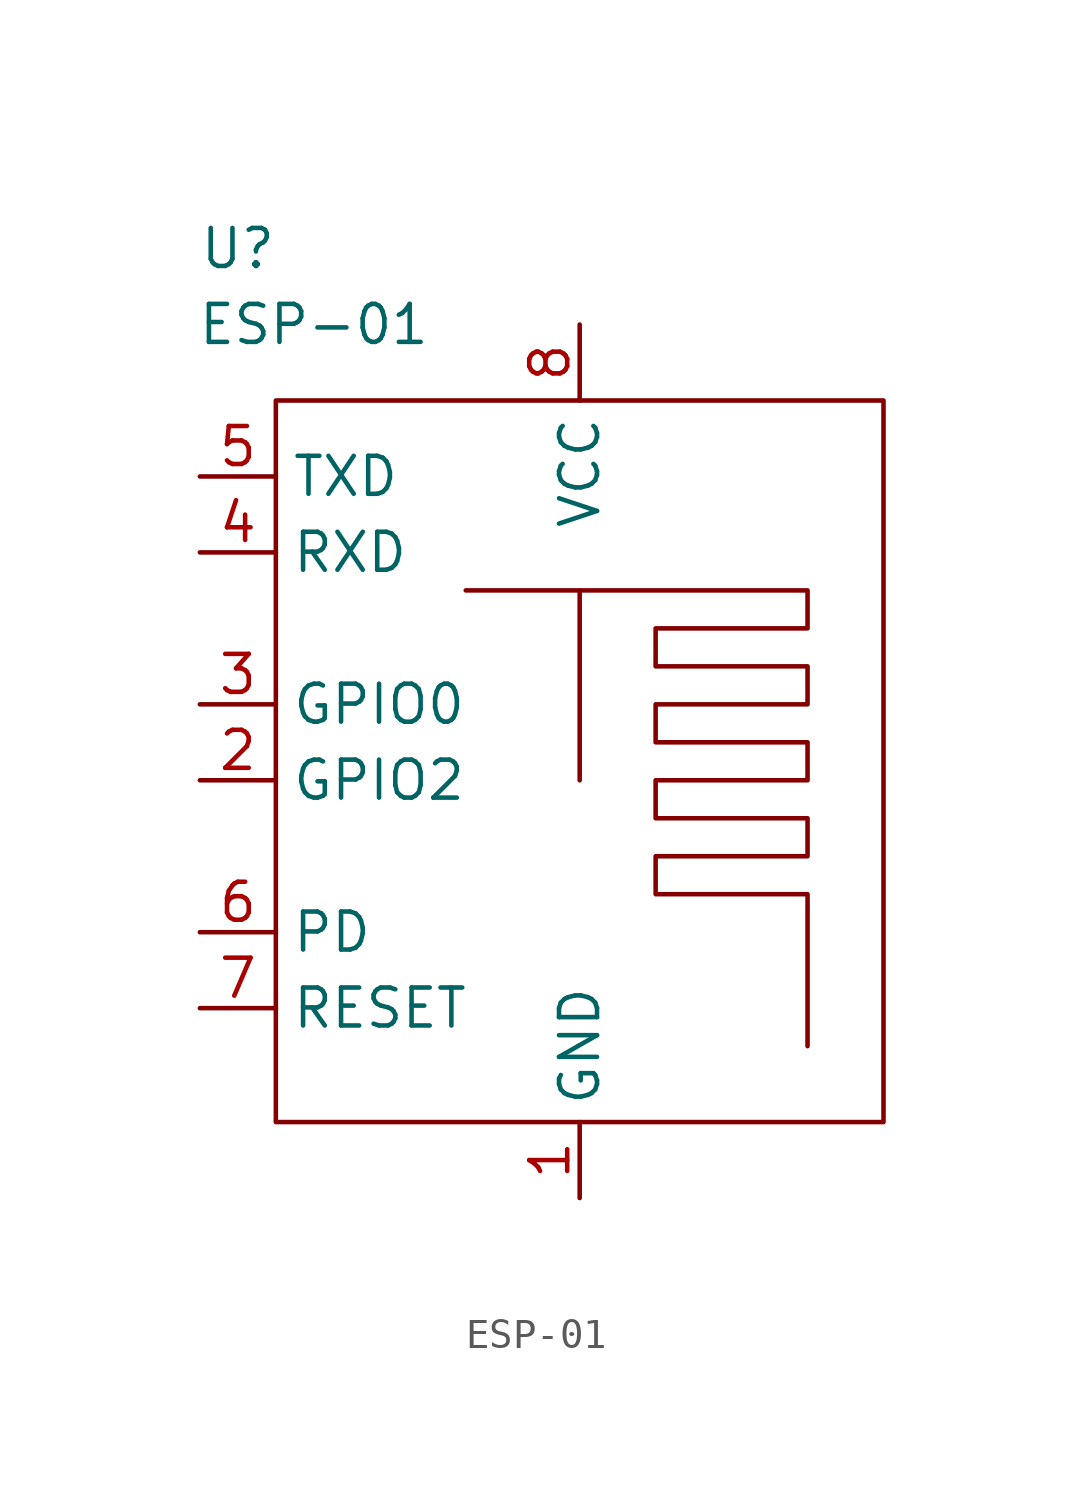
<source format=kicad_sym>
(kicad_symbol_lib
  (version 20211014)
  (generator kicad_symbol_editor)
  (symbol "ESP-01"
    (property "Reference" "U"
      (at 1.27 7.62 0)
      (effects (font (size 1.27 1.27))))
    (property "Value" "ESP-01"
      (at 3.81 5.08 0)
      (effects (font (size 1.27 1.27))))
    (symbol "ESP-01_0_1"
      (polyline (pts (xy 12.7 -3.81) (xy 12.7 -10.16)) (stroke (width 0) (type default) (color 0 0 0 0)) (fill (type none)))
      (polyline (pts (xy 20.32 -19.05) (xy 20.32 -13.97) (xy 15.24 -13.97) (xy 15.24 -12.7) (xy 20.32 -12.7) (xy 20.32 -11.43) (xy 15.24 -11.43) (xy 15.24 -10.16) (xy 20.32 -10.16) (xy 20.32 -8.89) (xy 15.24 -8.89) (xy 15.24 -7.62) (xy 20.32 -7.62) (xy 20.32 -6.35) (xy 15.24 -6.35) (xy 15.24 -5.08) (xy 20.32 -5.08) (xy 20.32 -3.81) (xy 8.89 -3.81)) (stroke (width 0) (type default) (color 0 0 0 0)) (fill (type none)))
      (rectangle (start 2.54 2.54) (end 22.86 -21.59) (stroke (width 0) (type default) (color 0 0 0 0)) (fill (type none))))
    (symbol "ESP-01_1_1"
      (pin input line (at 12.7 -24.13 90) (length 2.54) (name "GND" (effects (font (size 1.27 1.27)))) (number "1" (effects (font (size 1.27 1.27)))))
      (pin input line (at 0 -10.16 0) (length 2.54) (name "GPIO2" (effects (font (size 1.27 1.27)))) (number "2" (effects (font (size 1.27 1.27)))))
      (pin input line (at 0 -7.62 0) (length 2.54) (name "GPIO0" (effects (font (size 1.27 1.27)))) (number "3" (effects (font (size 1.27 1.27)))))
      (pin input line (at 0 -2.54 0) (length 2.54) (name "RXD" (effects (font (size 1.27 1.27)))) (number "4" (effects (font (size 1.27 1.27)))))
      (pin input line (at 0 0 0) (length 2.54) (name "TXD" (effects (font (size 1.27 1.27)))) (number "5" (effects (font (size 1.27 1.27)))))
      (pin input line (at 0 -15.24 0) (length 2.54) (name "PD" (effects (font (size 1.27 1.27)))) (number "6" (effects (font (size 1.27 1.27)))))
      (pin input line (at 0 -17.78 0) (length 2.54) (name "RESET" (effects (font (size 1.27 1.27)))) (number "7" (effects (font (size 1.27 1.27)))))
      (pin input line (at 12.7 5.08 270) (length 2.54) (name "VCC" (effects (font (size 1.27 1.27)))) (number "8" (effects (font (size 1.27 1.27))))))))
</source>
